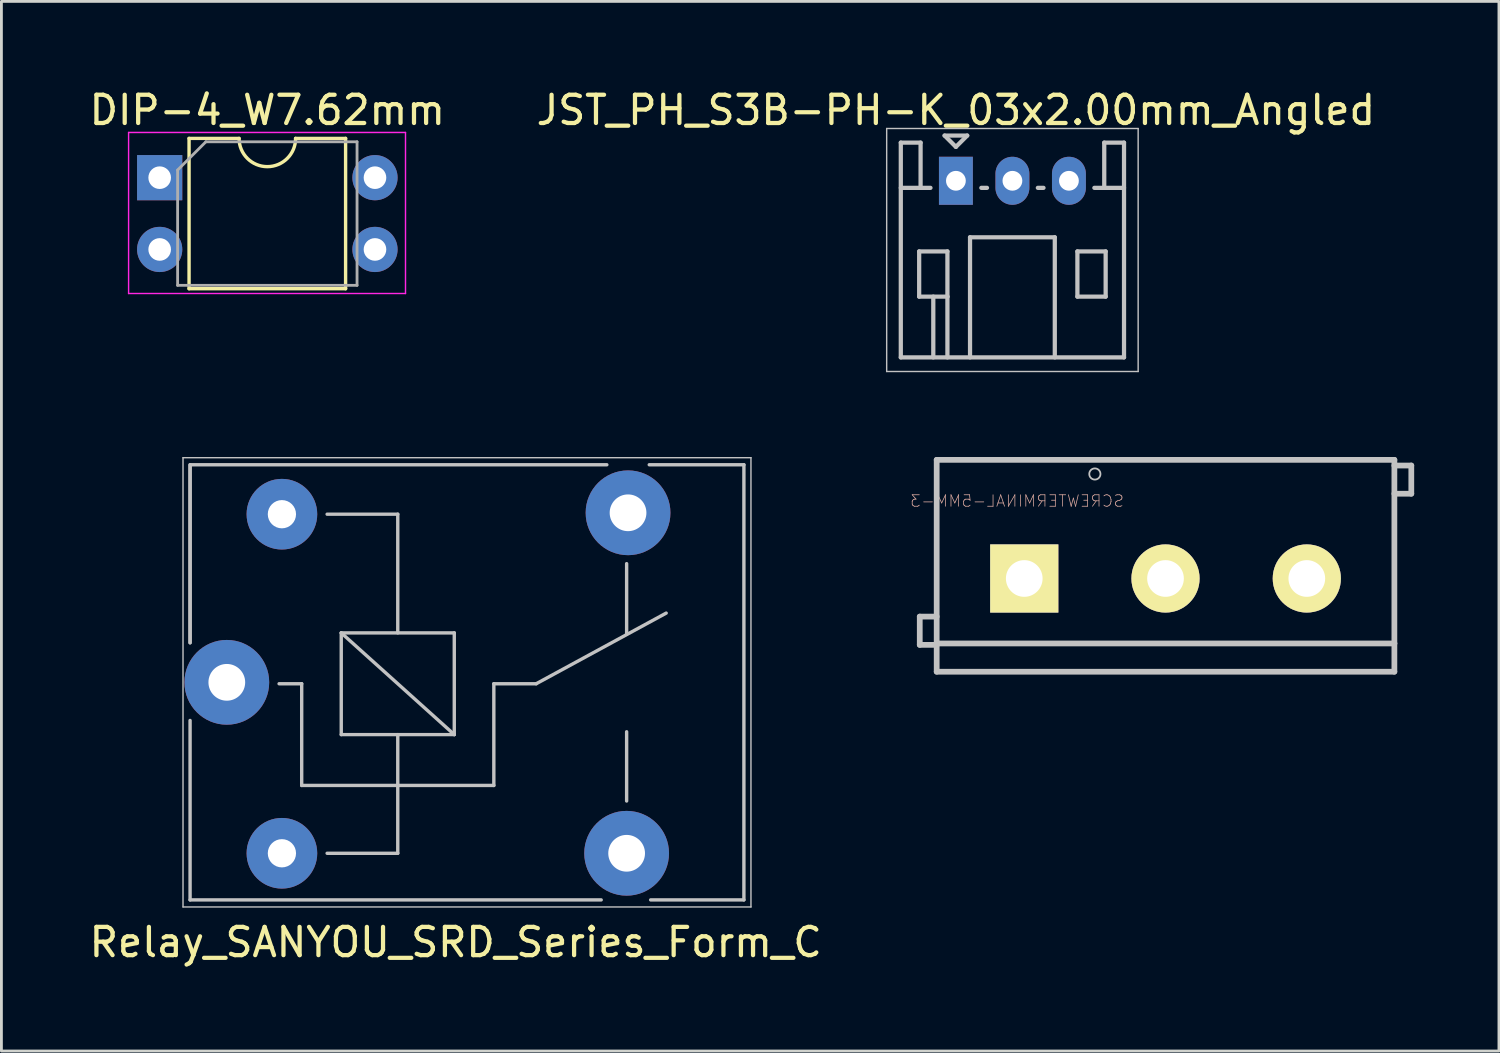
<source format=kicad_pcb>
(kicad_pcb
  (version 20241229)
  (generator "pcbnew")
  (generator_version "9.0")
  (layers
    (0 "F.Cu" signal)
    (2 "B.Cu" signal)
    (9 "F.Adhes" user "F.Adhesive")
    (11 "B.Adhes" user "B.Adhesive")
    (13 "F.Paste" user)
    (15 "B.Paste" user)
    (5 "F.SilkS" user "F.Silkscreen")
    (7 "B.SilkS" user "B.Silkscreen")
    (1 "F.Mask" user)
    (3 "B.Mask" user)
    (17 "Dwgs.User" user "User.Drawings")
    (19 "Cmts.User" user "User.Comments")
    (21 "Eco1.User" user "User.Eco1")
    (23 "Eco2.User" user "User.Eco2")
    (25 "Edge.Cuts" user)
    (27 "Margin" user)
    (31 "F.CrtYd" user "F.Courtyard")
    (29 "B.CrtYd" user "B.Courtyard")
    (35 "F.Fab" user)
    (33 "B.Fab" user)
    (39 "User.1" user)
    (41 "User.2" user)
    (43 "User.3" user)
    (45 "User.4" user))
  (footprint "Relay_SANYOU_SRD_Series_Form_C"
    (layer "F.Cu")
    (at 4.977 21.098)
    (property "Reference" "Relay_SANYOU_SRD_Series_Form_C" (at 8.1 9.2 0) (layer "F.SilkS") (effects (font (size 1 1) (thickness 0.15))))
    (attr through_hole)
    (fp_line (start -1.55 7.95) (end -1.55 -7.95) (stroke (width 0.05) (type solid)) (layer "Dwgs.User"))
    (fp_line (start -1.55 7.95) (end 18.55 7.95) (stroke (width 0.05) (type solid)) (layer "Dwgs.User"))
    (fp_line (start -1.3 -7.7) (end 13.45 -7.7) (stroke (width 0.12) (type solid)) (layer "Dwgs.User"))
    (fp_line (start -1.3 -7.65) (end -1.3 -1.4) (stroke (width 0.12) (type solid)) (layer "Dwgs.User"))
    (fp_line (start -1.3 -1.4) (end -1.3 -7.7) (stroke (width 0.12) (type solid)) (layer "Dwgs.User"))
    (fp_line (start -1.3 1.35) (end -1.3 7.7) (stroke (width 0.12) (type solid)) (layer "Dwgs.User"))
    (fp_line (start -1.3 7.7) (end 13.25 7.7) (stroke (width 0.12) (type solid)) (layer "Dwgs.User"))
    (fp_line (start 2.65 0.05) (end 1.85 0.05) (stroke (width 0.12) (type solid)) (layer "Dwgs.User"))
    (fp_line (start 2.65 0.05) (end 2.65 3.65) (stroke (width 0.12) (type solid)) (layer "Dwgs.User"))
    (fp_line (start 3.55 6.05) (end 6.05 6.05) (stroke (width 0.12) (type solid)) (layer "Dwgs.User"))
    (fp_line (start 4.05 -1.75) (end 8.05 -1.75) (stroke (width 0.12) (type solid)) (layer "Dwgs.User"))
    (fp_line (start 4.05 1.85) (end 4.05 -1.75) (stroke (width 0.12) (type solid)) (layer "Dwgs.User"))
    (fp_line (start 6.05 -5.95) (end 3.55 -5.95) (stroke (width 0.12) (type solid)) (layer "Dwgs.User"))
    (fp_line (start 6.05 -5.95) (end 6.05 -1.75) (stroke (width 0.12) (type solid)) (layer "Dwgs.User"))
    (fp_line (start 6.05 1.85) (end 6.05 6.05) (stroke (width 0.12) (type solid)) (layer "Dwgs.User"))
    (fp_line (start 8.05 -1.75) (end 8.05 1.85) (stroke (width 0.12) (type solid)) (layer "Dwgs.User"))
    (fp_line (start 8.05 1.85) (end 4.05 -1.75) (stroke (width 0.12) (type solid)) (layer "Dwgs.User"))
    (fp_line (start 8.05 1.85) (end 4.05 1.85) (stroke (width 0.12) (type solid)) (layer "Dwgs.User"))
    (fp_line (start 9.45 0.05) (end 9.45 3.65) (stroke (width 0.12) (type solid)) (layer "Dwgs.User"))
    (fp_line (start 9.45 0.05) (end 10.95 0.05) (stroke (width 0.12) (type solid)) (layer "Dwgs.User"))
    (fp_line (start 9.45 3.65) (end 2.65 3.65) (stroke (width 0.12) (type solid)) (layer "Dwgs.User"))
    (fp_line (start 10.95 0.05) (end 15.55 -2.45) (stroke (width 0.12) (type solid)) (layer "Dwgs.User"))
    (fp_line (start 14.15 -4.2) (end 14.15 -1.7) (stroke (width 0.12) (type solid)) (layer "Dwgs.User"))
    (fp_line (start 14.15 4.2) (end 14.15 1.75) (stroke (width 0.12) (type solid)) (layer "Dwgs.User"))
    (fp_line (start 15 7.7) (end 18.3 7.7) (stroke (width 0.12) (type solid)) (layer "Dwgs.User"))
    (fp_line (start 18.3 -7.7) (end 14.95 -7.7) (stroke (width 0.12) (type solid)) (layer "Dwgs.User"))
    (fp_line (start 18.3 7.7) (end 18.3 -7.7) (stroke (width 0.12) (type solid)) (layer "Dwgs.User"))
    (fp_line (start 18.55 -7.95) (end -1.55 -7.95) (stroke (width 0.05) (type solid)) (layer "Dwgs.User"))
    (fp_line (start 18.55 -7.95) (end 18.55 7.95) (stroke (width 0.05) (type solid)) (layer "Dwgs.User"))
    (pad "1" thru_hole circle (at 14.15 6.05 90) (size 3 3) (drill 1.3) (layers "*.Cu" "*.Mask"))
    (pad "2" thru_hole circle (at 14.2 -6 90) (size 3 3) (drill 1.3) (layers "*.Cu" "*.Mask"))
    (pad "3" thru_hole circle (at 0 0 90) (size 3 3) (drill 1.3) (layers "*.Cu" "*.Mask"))
    (pad "4" thru_hole circle (at 1.95 6.05 90) (size 2.5 2.5) (drill 1) (layers "*.Cu" "*.Mask"))
    (pad "5" thru_hole circle (at 1.95 -5.95 90) (size 2.5 2.5) (drill 1) (layers "*.Cu" "*.Mask")))
  (footprint "SCREWTERMINAL-5MM-3"
    (layer "F.Cu")
    (at 33.199 17.423)
    (property "Reference" "SCREWTERMINAL-5MM-3" (at -0.254 -2.743 0) (layer "B.SilkS") (effects (font (size 0.406 0.406) (thickness 0.025)) (justify mirror)))
    (attr exclude_from_pos_files exclude_from_bom)
    (fp_line (start -3.698 1.349) (end -3.698 2.349) (stroke (width 0.203) (type solid)) (layer "Dwgs.User"))
    (fp_line (start -3.698 2.349) (end -3.099 2.349) (stroke (width 0.203) (type solid)) (layer "Dwgs.User"))
    (fp_line (start -3.099 -4.199) (end 13.099 -4.199) (stroke (width 0.203) (type solid)) (layer "Dwgs.User"))
    (fp_line (start -3.099 1.349) (end -3.698 1.349) (stroke (width 0.203) (type solid)) (layer "Dwgs.User"))
    (fp_line (start -3.099 2.299) (end -3.099 -4.199) (stroke (width 0.203) (type solid)) (layer "Dwgs.User"))
    (fp_line (start -3.099 3.299) (end -3.099 2.299) (stroke (width 0.203) (type solid)) (layer "Dwgs.User"))
    (fp_line (start 13.099 -4.199) (end 13.099 2.299) (stroke (width 0.203) (type solid)) (layer "Dwgs.User"))
    (fp_line (start 13.099 -3.998) (end 13.698 -3.998) (stroke (width 0.203) (type solid)) (layer "Dwgs.User"))
    (fp_line (start 13.099 2.299) (end -3.099 2.299) (stroke (width 0.203) (type solid)) (layer "Dwgs.User"))
    (fp_line (start 13.099 2.299) (end 13.099 3.299) (stroke (width 0.203) (type solid)) (layer "Dwgs.User"))
    (fp_line (start 13.099 3.299) (end -3.099 3.299) (stroke (width 0.203) (type solid)) (layer "Dwgs.User"))
    (fp_line (start 13.698 -3.998) (end 13.698 -3) (stroke (width 0.203) (type solid)) (layer "Dwgs.User"))
    (fp_line (start 13.698 -3) (end 13.099 -3) (stroke (width 0.203) (type solid)) (layer "Dwgs.User"))
    (fp_circle (center 2.499 -3.698) (end 2.639 -3.838) (stroke (width 0.064) (type solid)) (fill no) (layer "Dwgs.User"))
    (pad "1" thru_hole rect (at 0 0) (size 2.413 2.413) (drill 1.298) (layers "*.Cu" "*.Mask" "F.SilkS" "F.Paste"))
    (pad "2" thru_hole circle (at 4.999 0) (size 2.413 2.413) (drill 1.298) (layers "*.Cu" "*.Mask" "F.SilkS" "F.Paste"))
    (pad "3" thru_hole circle (at 10 0) (size 2.413 2.413) (drill 1.298) (layers "*.Cu" "*.Mask" "F.SilkS" "F.Paste")))
  (footprint "JST_PH_S3B-PH-K_03x2.00mm_Angled"
    (layer "F.Cu")
    (at 30.78 3.348)
    (property "Reference" "JST_PH_S3B-PH-K_03x2.00mm_Angled" (at 0 -2.5 0) (layer "F.SilkS") (effects (font (size 1 1) (thickness 0.15))))
    (attr through_hole)
    (fp_line (start -2.45 -1.85) (end 6.45 -1.85) (stroke (width 0.05) (type solid)) (layer "Dwgs.User"))
    (fp_line (start -2.45 6.75) (end -2.45 -1.85) (stroke (width 0.05) (type solid)) (layer "Dwgs.User"))
    (fp_line (start -1.95 -1.35) (end -1.95 6.25) (stroke (width 0.15) (type solid)) (layer "Dwgs.User"))
    (fp_line (start -1.95 0.25) (end -1.25 0.25) (stroke (width 0.15) (type solid)) (layer "Dwgs.User"))
    (fp_line (start -1.95 6.25) (end 5.95 6.25) (stroke (width 0.15) (type solid)) (layer "Dwgs.User"))
    (fp_line (start -1.3 2.5) (end -1.3 4.1) (stroke (width 0.15) (type solid)) (layer "Dwgs.User"))
    (fp_line (start -1.3 4.1) (end -0.3 4.1) (stroke (width 0.15) (type solid)) (layer "Dwgs.User"))
    (fp_line (start -1.25 -1.35) (end -1.95 -1.35) (stroke (width 0.15) (type solid)) (layer "Dwgs.User"))
    (fp_line (start -1.25 0.25) (end -1.25 -1.35) (stroke (width 0.15) (type solid)) (layer "Dwgs.User"))
    (fp_line (start -0.9 0.25) (end -1.25 0.25) (stroke (width 0.15) (type solid)) (layer "Dwgs.User"))
    (fp_line (start -0.8 4.1) (end -0.8 6.25) (stroke (width 0.15) (type solid)) (layer "Dwgs.User"))
    (fp_line (start -0.4 -1.6) (end 0.4 -1.6) (stroke (width 0.15) (type solid)) (layer "Dwgs.User"))
    (fp_line (start -0.3 2.5) (end -1.3 2.5) (stroke (width 0.15) (type solid)) (layer "Dwgs.User"))
    (fp_line (start -0.3 4.1) (end -0.3 2.5) (stroke (width 0.15) (type solid)) (layer "Dwgs.User"))
    (fp_line (start -0.3 4.1) (end -0.3 6.25) (stroke (width 0.15) (type solid)) (layer "Dwgs.User"))
    (fp_line (start 0 -1.2) (end -0.4 -1.6) (stroke (width 0.15) (type solid)) (layer "Dwgs.User"))
    (fp_line (start 0.4 -1.6) (end 0 -1.2) (stroke (width 0.15) (type solid)) (layer "Dwgs.User"))
    (fp_line (start 0.5 2) (end 3.5 2) (stroke (width 0.15) (type solid)) (layer "Dwgs.User"))
    (fp_line (start 0.5 6.25) (end 0.5 2) (stroke (width 0.15) (type solid)) (layer "Dwgs.User"))
    (fp_line (start 0.9 0.25) (end 1.1 0.25) (stroke (width 0.15) (type solid)) (layer "Dwgs.User"))
    (fp_line (start 2.9 0.25) (end 3.1 0.25) (stroke (width 0.15) (type solid)) (layer "Dwgs.User"))
    (fp_line (start 3.5 2) (end 3.5 6.25) (stroke (width 0.15) (type solid)) (layer "Dwgs.User"))
    (fp_line (start 4.3 2.5) (end 5.3 2.5) (stroke (width 0.15) (type solid)) (layer "Dwgs.User"))
    (fp_line (start 4.3 4.1) (end 4.3 2.5) (stroke (width 0.15) (type solid)) (layer "Dwgs.User"))
    (fp_line (start 5.25 -1.35) (end 5.25 0.25) (stroke (width 0.15) (type solid)) (layer "Dwgs.User"))
    (fp_line (start 5.25 0.25) (end 4.9 0.25) (stroke (width 0.15) (type solid)) (layer "Dwgs.User"))
    (fp_line (start 5.3 2.5) (end 5.3 4.1) (stroke (width 0.15) (type solid)) (layer "Dwgs.User"))
    (fp_line (start 5.3 4.1) (end 4.3 4.1) (stroke (width 0.15) (type solid)) (layer "Dwgs.User"))
    (fp_line (start 5.95 -1.35) (end 5.25 -1.35) (stroke (width 0.15) (type solid)) (layer "Dwgs.User"))
    (fp_line (start 5.95 0.25) (end 5.25 0.25) (stroke (width 0.15) (type solid)) (layer "Dwgs.User"))
    (fp_line (start 5.95 6.25) (end 5.95 -1.35) (stroke (width 0.15) (type solid)) (layer "Dwgs.User"))
    (fp_line (start 6.45 -1.85) (end 6.45 6.75) (stroke (width 0.05) (type solid)) (layer "Dwgs.User"))
    (fp_line (start 6.45 6.75) (end -2.45 6.75) (stroke (width 0.05) (type solid)) (layer "Dwgs.User"))
    (pad "1" thru_hole rect (at 0 0) (size 1.2 1.7) (drill 0.7) (layers "*.Cu" "*.Mask"))
    (pad "2" thru_hole oval (at 2 0) (size 1.2 1.7) (drill 0.7) (layers "*.Cu" "*.Mask"))
    (pad "3" thru_hole oval (at 4 0) (size 1.2 1.7) (drill 0.7) (layers "*.Cu" "*.Mask")))
  (footprint "DIP-4_W7.62mm"
    (layer "F.Cu")
    (at 2.601 3.238)
    (property "Reference" "DIP-4_W7.62mm" (at 3.81 -2.39 0) (layer "F.SilkS") (effects (font (size 1 1) (thickness 0.15))))
    (attr through_hole)
    (fp_line (start 1.04 -1.39) (end 1.04 3.93) (stroke (width 0.12) (type solid)) (layer "F.SilkS"))
    (fp_line (start 1.04 3.93) (end 6.58 3.93) (stroke (width 0.12) (type solid)) (layer "F.SilkS"))
    (fp_line (start 2.81 -1.39) (end 1.04 -1.39) (stroke (width 0.12) (type solid)) (layer "F.SilkS"))
    (fp_line (start 6.58 -1.39) (end 4.81 -1.39) (stroke (width 0.12) (type solid)) (layer "F.SilkS"))
    (fp_line (start 6.58 3.93) (end 6.58 -1.39) (stroke (width 0.12) (type solid)) (layer "F.SilkS"))
    (fp_arc (start 4.81 -1.39) (mid 3.81 -0.39) (end 2.81 -1.39) (stroke (width 0.12) (type solid)) (layer "F.SilkS"))
    (fp_line (start -1.1 -1.6) (end -1.1 4.1) (stroke (width 0.05) (type solid)) (layer "F.CrtYd"))
    (fp_line (start -1.1 4.1) (end 8.7 4.1) (stroke (width 0.05) (type solid)) (layer "F.CrtYd"))
    (fp_line (start 8.7 -1.6) (end -1.1 -1.6) (stroke (width 0.05) (type solid)) (layer "F.CrtYd"))
    (fp_line (start 8.7 4.1) (end 8.7 -1.6) (stroke (width 0.05) (type solid)) (layer "F.CrtYd"))
    (fp_line (start 0.635 -0.27) (end 1.635 -1.27) (stroke (width 0.1) (type solid)) (layer "F.Fab"))
    (fp_line (start 0.635 3.81) (end 0.635 -0.27) (stroke (width 0.1) (type solid)) (layer "F.Fab"))
    (fp_line (start 1.635 -1.27) (end 6.985 -1.27) (stroke (width 0.1) (type solid)) (layer "F.Fab"))
    (fp_line (start 6.985 -1.27) (end 6.985 3.81) (stroke (width 0.1) (type solid)) (layer "F.Fab"))
    (fp_line (start 6.985 3.81) (end 0.635 3.81) (stroke (width 0.1) (type solid)) (layer "F.Fab"))
    (pad "1" thru_hole rect (at 0 0) (size 1.6 1.6) (drill 0.8) (layers "*.Cu" "*.Mask"))
    (pad "2" thru_hole oval (at 0 2.54) (size 1.6 1.6) (drill 0.8) (layers "*.Cu" "*.Mask"))
    (pad "3" thru_hole oval (at 7.62 2.54) (size 1.6 1.6) (drill 0.8) (layers "*.Cu" "*.Mask"))
    (pad "4" thru_hole oval (at 7.62 0) (size 1.6 1.6) (drill 0.8) (layers "*.Cu" "*.Mask")))
  (gr_rect
    (start -3 -3)
    (end 49.999 34.147)
    (stroke (width 0.1) (type default))
    (fill no)
    (layer "Edge.Cuts")))
</source>
